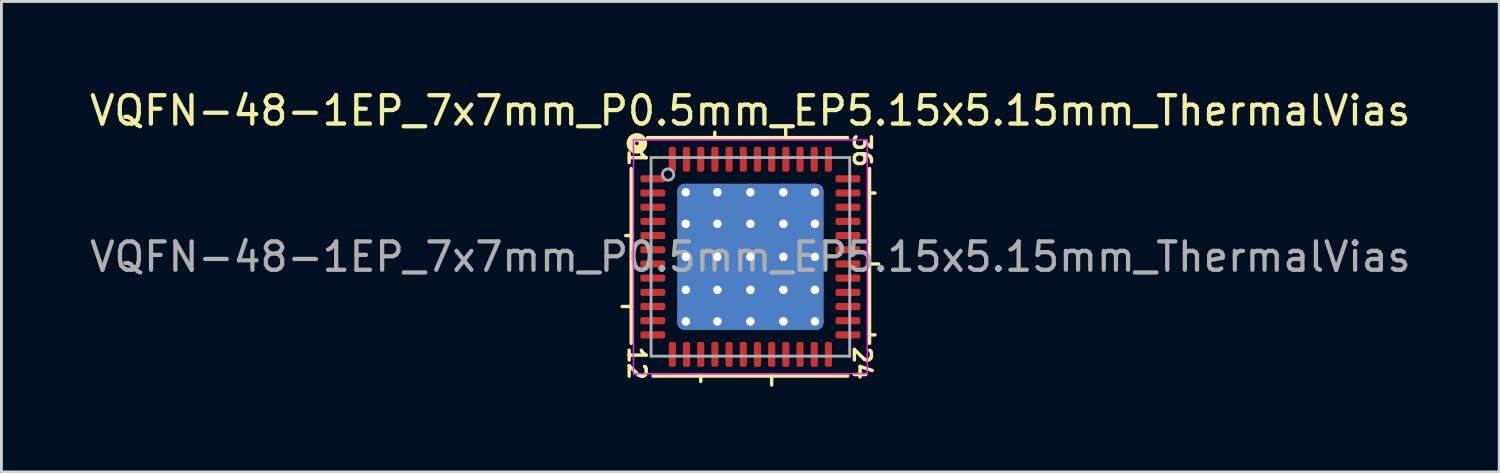
<source format=kicad_pcb>
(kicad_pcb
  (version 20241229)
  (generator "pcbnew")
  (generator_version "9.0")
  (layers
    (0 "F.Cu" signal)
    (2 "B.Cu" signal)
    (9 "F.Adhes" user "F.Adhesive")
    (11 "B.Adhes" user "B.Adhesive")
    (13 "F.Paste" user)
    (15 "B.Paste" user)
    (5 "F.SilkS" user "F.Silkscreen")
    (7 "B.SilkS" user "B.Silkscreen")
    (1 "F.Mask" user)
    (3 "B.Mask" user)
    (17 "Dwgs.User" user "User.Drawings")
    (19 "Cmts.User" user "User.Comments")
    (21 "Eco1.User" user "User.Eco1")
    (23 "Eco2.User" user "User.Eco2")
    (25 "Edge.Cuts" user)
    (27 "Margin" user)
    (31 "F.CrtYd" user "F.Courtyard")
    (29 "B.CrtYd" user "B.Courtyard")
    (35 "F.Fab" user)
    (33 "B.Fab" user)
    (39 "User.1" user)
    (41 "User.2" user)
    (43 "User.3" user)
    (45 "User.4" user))
  (footprint "VQFN-48-1EP_7x7mm_P0.5mm_EP5.15x5.15mm_ThermalVias"
    (layer "F.Cu")
    (at 23.392 6.001)
    (property "Reference" "VQFN-48-1EP_7x7mm_P0.5mm_EP5.15x5.15mm_ThermalVias" (at -0.005 -5.152 0) (layer "F.SilkS") (effects (font (size 1 1) (thickness 0.15))))
    (attr smd)
    (fp_line (start -4.2 -3.111) (end -4.2 3.048) (stroke (width 0.12) (type solid)) (layer "F.SilkS"))
    (fp_line (start -4.2 -0.75) (end -4.391 -0.75) (stroke (width 0.12) (type solid)) (layer "F.SilkS"))
    (fp_line (start -4.2 1.75) (end -4.518 1.75) (stroke (width 0.12) (type solid)) (layer "F.SilkS"))
    (fp_line (start -3.429 4.2) (end 3.429 4.2) (stroke (width 0.12) (type solid)) (layer "F.SilkS"))
    (fp_line (start -1.75 4.2) (end -1.75 4.391) (stroke (width 0.12) (type solid)) (layer "F.SilkS"))
    (fp_line (start -1.255 -4.2) (end -1.255 -4.391) (stroke (width 0.12) (type solid)) (layer "F.SilkS"))
    (fp_line (start 0.75 4.2) (end 0.75 4.518) (stroke (width 0.12) (type solid)) (layer "F.SilkS"))
    (fp_line (start 1.245 -4.2) (end 1.245 -4.518) (stroke (width 0.12) (type solid)) (layer "F.SilkS"))
    (fp_line (start 3.424 -4.2) (end -3.624 -4.2) (stroke (width 0.12) (type solid)) (layer "F.SilkS"))
    (fp_line (start 4.2 -2.25) (end 4.391 -2.25) (stroke (width 0.12) (type solid)) (layer "F.SilkS"))
    (fp_line (start 4.2 0.25) (end 4.518 0.25) (stroke (width 0.12) (type solid)) (layer "F.SilkS"))
    (fp_line (start 4.2 2.75) (end 4.391 2.75) (stroke (width 0.12) (type solid)) (layer "F.SilkS"))
    (fp_line (start 4.2 3.048) (end 4.2 -3.111) (stroke (width 0.12) (type solid)) (layer "F.SilkS"))
    (fp_circle (center -4 -4) (end -3.937 -4) (stroke (width 0.3) (type solid)) (fill no) (layer "F.SilkS"))
    (fp_line (start -4.12 -4.12) (end -4.12 4.12) (stroke (width 0.05) (type solid)) (layer "F.CrtYd"))
    (fp_line (start -4.12 4.12) (end 4.12 4.12) (stroke (width 0.05) (type solid)) (layer "F.CrtYd"))
    (fp_line (start 4.12 -4.12) (end -4.12 -4.12) (stroke (width 0.05) (type solid)) (layer "F.CrtYd"))
    (fp_line (start 4.12 4.12) (end 4.12 -4.12) (stroke (width 0.05) (type solid)) (layer "F.CrtYd"))
    (fp_line (start -3.5 -3.5) (end 3.5 -3.5) (stroke (width 0.1) (type solid)) (layer "F.Fab"))
    (fp_line (start -3.5 3.5) (end -3.5 -3.5) (stroke (width 0.1) (type solid)) (layer "F.Fab"))
    (fp_line (start 3.5 -3.5) (end 3.5 3.5) (stroke (width 0.1) (type solid)) (layer "F.Fab"))
    (fp_line (start 3.5 3.5) (end -3.5 3.5) (stroke (width 0.1) (type solid)) (layer "F.Fab"))
    (fp_circle (center -2.9 -2.9) (end -2.7 -2.9) (stroke (width 0.1) (type solid)) (fill no) (layer "F.Fab"))
    (fp_text user "12" (at -4 3.747 270) (unlocked yes) (layer "F.SilkS") (effects (font (size 0.6 0.6) (thickness 0.12))))
    (fp_text user "1" (at -4 -3.493 270) (unlocked yes) (layer "F.SilkS") (effects (font (size 0.6 0.6) (thickness 0.12))))
    (fp_text user "24" (at 3.937 3.747 270) (unlocked yes) (layer "F.SilkS") (effects (font (size 0.6 0.6) (thickness 0.12))))
    (fp_text user "36" (at 3.937 -3.747 270) (unlocked yes) (layer "F.SilkS") (effects (font (size 0.6 0.6) (thickness 0.12))))
    (fp_text user "${REFERENCE}" (at 0 0 0) (layer "F.Fab") (effects (font (size 1 1) (thickness 0.15))))
    (pad "" smd roundrect (at -1.74 -1.74) (size 0.96 0.96) (layers "F.Paste") (roundrect_rratio 0.25))
    (pad "" smd roundrect (at -1.74 -0.58) (size 0.96 0.96) (layers "F.Paste") (roundrect_rratio 0.25))
    (pad "" smd roundrect (at -1.74 0.58) (size 0.96 0.96) (layers "F.Paste") (roundrect_rratio 0.25))
    (pad "" smd roundrect (at -1.74 1.74) (size 0.96 0.96) (layers "F.Paste") (roundrect_rratio 0.25))
    (pad "" smd roundrect (at -0.58 -1.74) (size 0.96 0.96) (layers "F.Paste") (roundrect_rratio 0.25))
    (pad "" smd roundrect (at -0.58 -0.58) (size 0.96 0.96) (layers "F.Paste") (roundrect_rratio 0.25))
    (pad "" smd roundrect (at -0.58 0.58) (size 0.96 0.96) (layers "F.Paste") (roundrect_rratio 0.25))
    (pad "" smd roundrect (at -0.58 1.74) (size 0.96 0.96) (layers "F.Paste") (roundrect_rratio 0.25))
    (pad "" smd roundrect (at 0.58 -1.74) (size 0.96 0.96) (layers "F.Paste") (roundrect_rratio 0.25))
    (pad "" smd roundrect (at 0.58 -0.58) (size 0.96 0.96) (layers "F.Paste") (roundrect_rratio 0.25))
    (pad "" smd roundrect (at 0.58 0.58) (size 0.96 0.96) (layers "F.Paste") (roundrect_rratio 0.25))
    (pad "" smd roundrect (at 0.58 1.74) (size 0.96 0.96) (layers "F.Paste") (roundrect_rratio 0.25))
    (pad "" smd roundrect (at 1.74 -1.74) (size 0.96 0.96) (layers "F.Paste") (roundrect_rratio 0.25))
    (pad "" smd roundrect (at 1.74 -0.58) (size 0.96 0.96) (layers "F.Paste") (roundrect_rratio 0.25))
    (pad "" smd roundrect (at 1.74 0.58) (size 0.96 0.96) (layers "F.Paste") (roundrect_rratio 0.25))
    (pad "" smd roundrect (at 1.74 1.74) (size 0.96 0.96) (layers "F.Paste") (roundrect_rratio 0.25))
    (pad "1" smd roundrect (at -3.438 -2.75) (size 0.875 0.25) (layers "F.Cu" "F.Mask" "F.Paste") (roundrect_rratio 0.25))
    (pad "2" smd roundrect (at -3.438 -2.25) (size 0.875 0.25) (layers "F.Cu" "F.Mask" "F.Paste") (roundrect_rratio 0.25))
    (pad "3" smd roundrect (at -3.438 -1.75) (size 0.875 0.25) (layers "F.Cu" "F.Mask" "F.Paste") (roundrect_rratio 0.25))
    (pad "4" smd roundrect (at -3.438 -1.25) (size 0.875 0.25) (layers "F.Cu" "F.Mask" "F.Paste") (roundrect_rratio 0.25))
    (pad "5" smd roundrect (at -3.438 -0.75) (size 0.875 0.25) (layers "F.Cu" "F.Mask" "F.Paste") (roundrect_rratio 0.25))
    (pad "6" smd roundrect (at -3.438 -0.25) (size 0.875 0.25) (layers "F.Cu" "F.Mask" "F.Paste") (roundrect_rratio 0.25))
    (pad "7" smd roundrect (at -3.438 0.25) (size 0.875 0.25) (layers "F.Cu" "F.Mask" "F.Paste") (roundrect_rratio 0.25))
    (pad "8" smd roundrect (at -3.438 0.75) (size 0.875 0.25) (layers "F.Cu" "F.Mask" "F.Paste") (roundrect_rratio 0.25))
    (pad "9" smd roundrect (at -3.438 1.25) (size 0.875 0.25) (layers "F.Cu" "F.Mask" "F.Paste") (roundrect_rratio 0.25))
    (pad "10" smd roundrect (at -3.438 1.75) (size 0.875 0.25) (layers "F.Cu" "F.Mask" "F.Paste") (roundrect_rratio 0.25))
    (pad "11" smd roundrect (at -3.438 2.25) (size 0.875 0.25) (layers "F.Cu" "F.Mask" "F.Paste") (roundrect_rratio 0.25))
    (pad "12" smd roundrect (at -3.438 2.75) (size 0.875 0.25) (layers "F.Cu" "F.Mask" "F.Paste") (roundrect_rratio 0.25))
    (pad "13" smd roundrect (at -2.75 3.438) (size 0.25 0.875) (layers "F.Cu" "F.Mask" "F.Paste") (roundrect_rratio 0.25))
    (pad "14" smd roundrect (at -2.25 3.438) (size 0.25 0.875) (layers "F.Cu" "F.Mask" "F.Paste") (roundrect_rratio 0.25))
    (pad "15" smd roundrect (at -1.75 3.438) (size 0.25 0.875) (layers "F.Cu" "F.Mask" "F.Paste") (roundrect_rratio 0.25))
    (pad "16" smd roundrect (at -1.25 3.438) (size 0.25 0.875) (layers "F.Cu" "F.Mask" "F.Paste") (roundrect_rratio 0.25))
    (pad "17" smd roundrect (at -0.75 3.438) (size 0.25 0.875) (layers "F.Cu" "F.Mask" "F.Paste") (roundrect_rratio 0.25))
    (pad "18" smd roundrect (at -0.25 3.438) (size 0.25 0.875) (layers "F.Cu" "F.Mask" "F.Paste") (roundrect_rratio 0.25))
    (pad "19" smd roundrect (at 0.25 3.438) (size 0.25 0.875) (layers "F.Cu" "F.Mask" "F.Paste") (roundrect_rratio 0.25))
    (pad "20" smd roundrect (at 0.75 3.438) (size 0.25 0.875) (layers "F.Cu" "F.Mask" "F.Paste") (roundrect_rratio 0.25))
    (pad "21" smd roundrect (at 1.25 3.438) (size 0.25 0.875) (layers "F.Cu" "F.Mask" "F.Paste") (roundrect_rratio 0.25))
    (pad "22" smd roundrect (at 1.75 3.438) (size 0.25 0.875) (layers "F.Cu" "F.Mask" "F.Paste") (roundrect_rratio 0.25))
    (pad "23" smd roundrect (at 2.25 3.438) (size 0.25 0.875) (layers "F.Cu" "F.Mask" "F.Paste") (roundrect_rratio 0.25))
    (pad "24" smd roundrect (at 2.75 3.438) (size 0.25 0.875) (layers "F.Cu" "F.Mask" "F.Paste") (roundrect_rratio 0.25))
    (pad "25" smd roundrect (at 3.438 2.75) (size 0.875 0.25) (layers "F.Cu" "F.Mask" "F.Paste") (roundrect_rratio 0.25))
    (pad "26" smd roundrect (at 3.438 2.25) (size 0.875 0.25) (layers "F.Cu" "F.Mask" "F.Paste") (roundrect_rratio 0.25))
    (pad "27" smd roundrect (at 3.438 1.75) (size 0.875 0.25) (layers "F.Cu" "F.Mask" "F.Paste") (roundrect_rratio 0.25))
    (pad "28" smd roundrect (at 3.438 1.25) (size 0.875 0.25) (layers "F.Cu" "F.Mask" "F.Paste") (roundrect_rratio 0.25))
    (pad "29" smd roundrect (at 3.438 0.75) (size 0.875 0.25) (layers "F.Cu" "F.Mask" "F.Paste") (roundrect_rratio 0.25))
    (pad "30" smd roundrect (at 3.438 0.25) (size 0.875 0.25) (layers "F.Cu" "F.Mask" "F.Paste") (roundrect_rratio 0.25))
    (pad "31" smd roundrect (at 3.438 -0.25) (size 0.875 0.25) (layers "F.Cu" "F.Mask" "F.Paste") (roundrect_rratio 0.25))
    (pad "32" smd roundrect (at 3.438 -0.75) (size 0.875 0.25) (layers "F.Cu" "F.Mask" "F.Paste") (roundrect_rratio 0.25))
    (pad "33" smd roundrect (at 3.438 -1.25) (size 0.875 0.25) (layers "F.Cu" "F.Mask" "F.Paste") (roundrect_rratio 0.25))
    (pad "34" smd roundrect (at 3.438 -1.75) (size 0.875 0.25) (layers "F.Cu" "F.Mask" "F.Paste") (roundrect_rratio 0.25))
    (pad "35" smd roundrect (at 3.438 -2.25) (size 0.875 0.25) (layers "F.Cu" "F.Mask" "F.Paste") (roundrect_rratio 0.25))
    (pad "36" smd roundrect (at 3.438 -2.75) (size 0.875 0.25) (layers "F.Cu" "F.Mask" "F.Paste") (roundrect_rratio 0.25))
    (pad "37" smd roundrect (at 2.75 -3.438) (size 0.25 0.875) (layers "F.Cu" "F.Mask" "F.Paste") (roundrect_rratio 0.25))
    (pad "38" smd roundrect (at 2.25 -3.438) (size 0.25 0.875) (layers "F.Cu" "F.Mask" "F.Paste") (roundrect_rratio 0.25))
    (pad "39" smd roundrect (at 1.75 -3.438) (size 0.25 0.875) (layers "F.Cu" "F.Mask" "F.Paste") (roundrect_rratio 0.25))
    (pad "40" smd roundrect (at 1.25 -3.438) (size 0.25 0.875) (layers "F.Cu" "F.Mask" "F.Paste") (roundrect_rratio 0.25))
    (pad "41" smd roundrect (at 0.75 -3.438) (size 0.25 0.875) (layers "F.Cu" "F.Mask" "F.Paste") (roundrect_rratio 0.25))
    (pad "42" smd roundrect (at 0.25 -3.438) (size 0.25 0.875) (layers "F.Cu" "F.Mask" "F.Paste") (roundrect_rratio 0.25))
    (pad "43" smd roundrect (at -0.25 -3.438) (size 0.25 0.875) (layers "F.Cu" "F.Mask" "F.Paste") (roundrect_rratio 0.25))
    (pad "44" smd roundrect (at -0.75 -3.438) (size 0.25 0.875) (layers "F.Cu" "F.Mask" "F.Paste") (roundrect_rratio 0.25))
    (pad "45" smd roundrect (at -1.25 -3.438) (size 0.25 0.875) (layers "F.Cu" "F.Mask" "F.Paste") (roundrect_rratio 0.25))
    (pad "46" smd roundrect (at -1.75 -3.438) (size 0.25 0.875) (layers "F.Cu" "F.Mask" "F.Paste") (roundrect_rratio 0.25))
    (pad "47" smd roundrect (at -2.25 -3.438) (size 0.25 0.875) (layers "F.Cu" "F.Mask" "F.Paste") (roundrect_rratio 0.25))
    (pad "48" smd roundrect (at -2.75 -3.438) (size 0.25 0.875) (layers "F.Cu" "F.Mask" "F.Paste") (roundrect_rratio 0.25))
    (pad "49" thru_hole circle (at -2.275 -2.275) (size 0.6 0.6) (drill 0.3) (property pad_prop_heatsink) (layers "*.Cu"))
    (pad "49" thru_hole circle (at -2.275 -1.163) (size 0.6 0.6) (drill 0.3) (property pad_prop_heatsink) (layers "*.Cu"))
    (pad "49" thru_hole circle (at -2.275 0) (size 0.6 0.6) (drill 0.3) (property pad_prop_heatsink) (layers "*.Cu"))
    (pad "49" thru_hole circle (at -2.275 1.163) (size 0.6 0.6) (drill 0.3) (property pad_prop_heatsink) (layers "*.Cu"))
    (pad "49" thru_hole circle (at -2.275 2.275) (size 0.6 0.6) (drill 0.3) (property pad_prop_heatsink) (layers "*.Cu"))
    (pad "49" thru_hole circle (at -1.163 -2.275) (size 0.6 0.6) (drill 0.3) (property pad_prop_heatsink) (layers "*.Cu"))
    (pad "49" thru_hole circle (at -1.163 -1.163) (size 0.6 0.6) (drill 0.3) (property pad_prop_heatsink) (layers "*.Cu"))
    (pad "49" thru_hole circle (at -1.163 0) (size 0.6 0.6) (drill 0.3) (property pad_prop_heatsink) (layers "*.Cu"))
    (pad "49" thru_hole circle (at -1.163 1.163) (size 0.6 0.6) (drill 0.3) (property pad_prop_heatsink) (layers "*.Cu"))
    (pad "49" thru_hole circle (at -1.163 2.275) (size 0.6 0.6) (drill 0.3) (property pad_prop_heatsink) (layers "*.Cu"))
    (pad "49" thru_hole circle (at 0 -2.275) (size 0.6 0.6) (drill 0.3) (property pad_prop_heatsink) (layers "*.Cu"))
    (pad "49" thru_hole circle (at 0 -1.163) (size 0.6 0.6) (drill 0.3) (property pad_prop_heatsink) (layers "*.Cu"))
    (pad "49" thru_hole circle (at 0 0) (size 0.6 0.6) (drill 0.3) (property pad_prop_heatsink) (layers "*.Cu"))
    (pad "49" smd roundrect (at 0 0) (size 5.15 5.15) (layers "F.Cu" "F.Mask") (roundrect_rratio 0.049))
    (pad "49" smd roundrect (at 0 0) (size 5.15 5.15) (layers "B.Cu" "B.Mask") (roundrect_rratio 0.049))
    (pad "49" thru_hole circle (at 0 1.163) (size 0.6 0.6) (drill 0.3) (property pad_prop_heatsink) (layers "*.Cu"))
    (pad "49" thru_hole circle (at 0 2.275) (size 0.6 0.6) (drill 0.3) (property pad_prop_heatsink) (layers "*.Cu"))
    (pad "49" thru_hole circle (at 1.163 -2.275) (size 0.6 0.6) (drill 0.3) (property pad_prop_heatsink) (layers "*.Cu"))
    (pad "49" thru_hole circle (at 1.163 -1.163) (size 0.6 0.6) (drill 0.3) (property pad_prop_heatsink) (layers "*.Cu"))
    (pad "49" thru_hole circle (at 1.163 0) (size 0.6 0.6) (drill 0.3) (property pad_prop_heatsink) (layers "*.Cu"))
    (pad "49" thru_hole circle (at 1.163 1.163) (size 0.6 0.6) (drill 0.3) (property pad_prop_heatsink) (layers "*.Cu"))
    (pad "49" thru_hole circle (at 1.163 2.275) (size 0.6 0.6) (drill 0.3) (property pad_prop_heatsink) (layers "*.Cu"))
    (pad "49" thru_hole circle (at 2.275 -2.275) (size 0.6 0.6) (drill 0.3) (property pad_prop_heatsink) (layers "*.Cu"))
    (pad "49" thru_hole circle (at 2.275 -1.163) (size 0.6 0.6) (drill 0.3) (property pad_prop_heatsink) (layers "*.Cu"))
    (pad "49" thru_hole circle (at 2.275 0) (size 0.6 0.6) (drill 0.3) (property pad_prop_heatsink) (layers "*.Cu"))
    (pad "49" thru_hole circle (at 2.275 1.163) (size 0.6 0.6) (drill 0.3) (property pad_prop_heatsink) (layers "*.Cu"))
    (pad "49" thru_hole circle (at 2.275 2.275) (size 0.6 0.6) (drill 0.3) (property pad_prop_heatsink) (layers "*.Cu")))
  (gr_rect
    (start -3 -3)
    (end 49.779 13.578)
    (stroke (width 0.1) (type default))
    (fill no)
    (layer "Edge.Cuts")))
</source>
